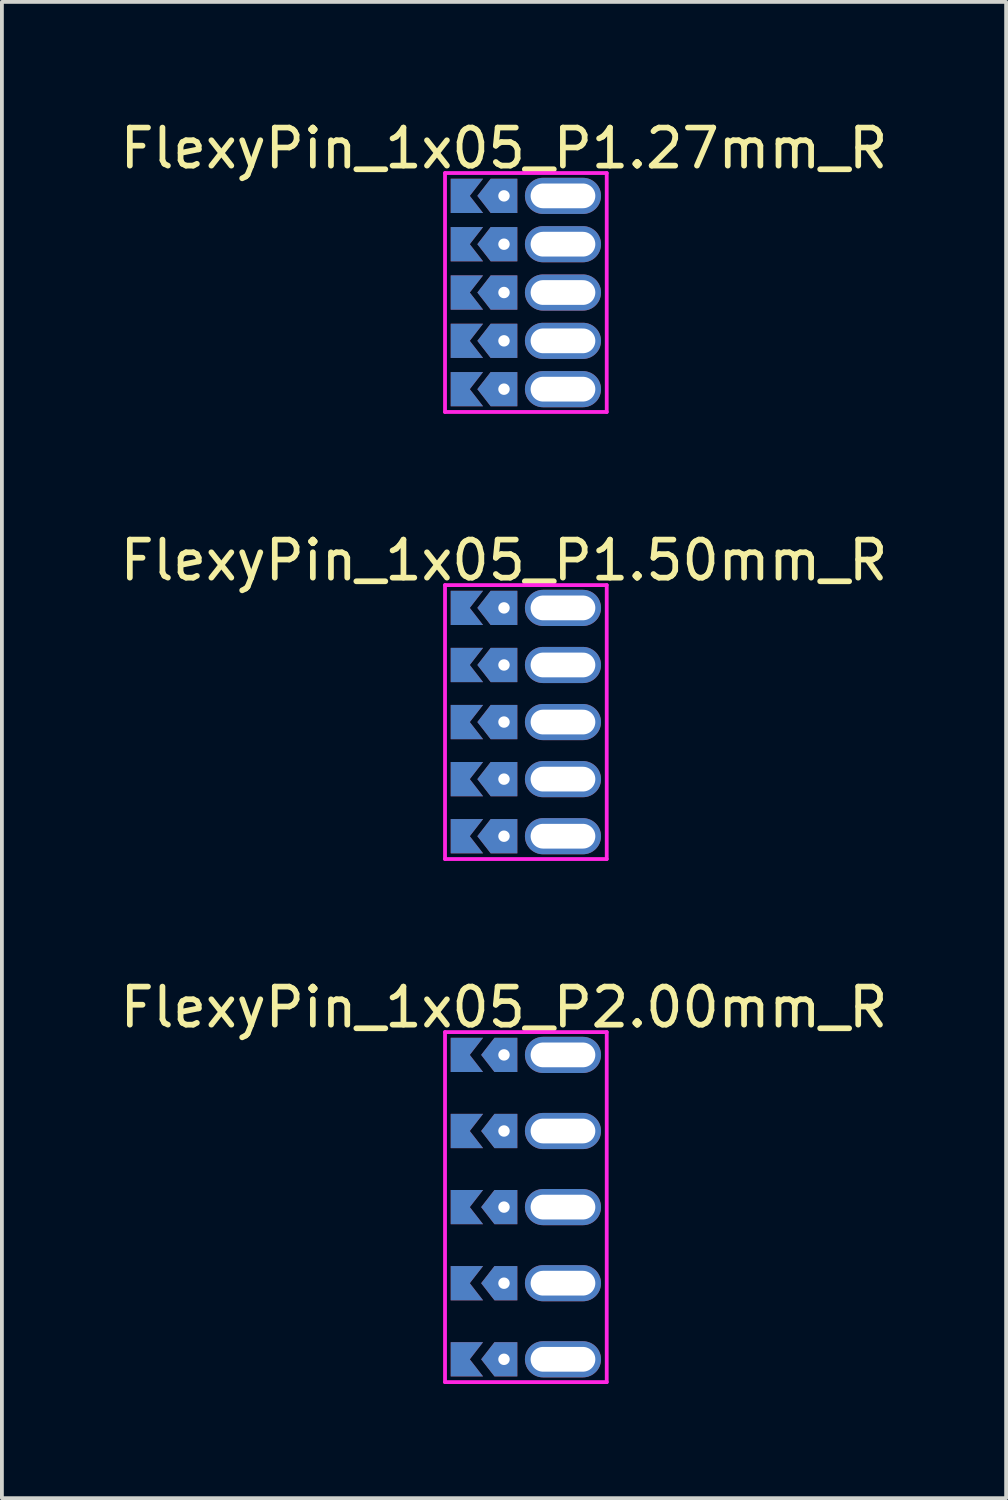
<source format=kicad_pcb>
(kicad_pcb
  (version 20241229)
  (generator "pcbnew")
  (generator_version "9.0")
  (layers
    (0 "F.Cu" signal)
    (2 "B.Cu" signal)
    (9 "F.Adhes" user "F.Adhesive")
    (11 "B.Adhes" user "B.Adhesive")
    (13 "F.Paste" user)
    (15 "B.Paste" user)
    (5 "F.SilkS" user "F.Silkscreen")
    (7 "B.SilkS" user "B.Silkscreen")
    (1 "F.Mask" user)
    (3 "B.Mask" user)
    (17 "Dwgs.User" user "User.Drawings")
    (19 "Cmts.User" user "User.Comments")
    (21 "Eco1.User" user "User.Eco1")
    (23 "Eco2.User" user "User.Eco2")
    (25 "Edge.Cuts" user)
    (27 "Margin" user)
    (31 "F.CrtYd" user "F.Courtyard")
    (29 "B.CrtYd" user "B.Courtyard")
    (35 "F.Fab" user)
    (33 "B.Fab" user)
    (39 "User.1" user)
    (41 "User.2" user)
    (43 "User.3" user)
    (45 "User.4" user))
  (footprint "FlexyPin_1x05_P2.00mm_R"
    (layer "F.Cu")
    (at 10.196 24.675)
    (property "Reference" "FlexyPin_1x05_P2.00mm_R" (at 0 -1.25 0) (layer "F.SilkS") (effects (font (size 1 1) (thickness 0.15))))
    (attr through_hole)
    (fp_line (start -1.55 -0.6) (end 2.7 -0.6) (stroke (width 0.1) (type solid)) (layer "F.CrtYd"))
    (fp_line (start -1.55 8.6) (end -1.55 -0.6) (stroke (width 0.1) (type solid)) (layer "F.CrtYd"))
    (fp_line (start 2.7 -0.6) (end 2.7 8.6) (stroke (width 0.1) (type solid)) (layer "F.CrtYd"))
    (fp_line (start 2.7 8.6) (end -1.55 8.6) (stroke (width 0.1) (type solid)) (layer "F.CrtYd"))
    (pad "" thru_hole custom (at 0 0) (size 0.3 0.3) (drill 0.6) (layers "*.Cu" "*.Mask") (options (anchor rect)) (primitives (gr_poly (pts (xy 0.35 0.45) (xy 0.35 -0.45) (xy -0.25 -0.45) (xy -0.6 0) (xy -0.25 0.45)) (width 0) (fill yes))))
    (pad "" thru_hole custom (at 0 2) (size 0.3 0.3) (drill 0.6) (layers "*.Cu" "*.Mask") (options (anchor rect)) (primitives (gr_poly (pts (xy 0.35 0.45) (xy 0.35 -0.45) (xy -0.25 -0.45) (xy -0.6 0) (xy -0.25 0.45)) (width 0) (fill yes))))
    (pad "" thru_hole custom (at 0 4) (size 0.3 0.3) (drill 0.6) (layers "*.Cu" "*.Mask") (options (anchor rect)) (primitives (gr_poly (pts (xy 0.35 0.45) (xy 0.35 -0.45) (xy -0.25 -0.45) (xy -0.6 0) (xy -0.25 0.45)) (width 0) (fill yes))))
    (pad "" thru_hole custom (at 0 6) (size 0.3 0.3) (drill 0.6) (layers "*.Cu" "*.Mask") (options (anchor rect)) (primitives (gr_poly (pts (xy 0.35 0.45) (xy 0.35 -0.45) (xy -0.25 -0.45) (xy -0.6 0) (xy -0.25 0.45)) (width 0) (fill yes))))
    (pad "" thru_hole custom (at 0 8) (size 0.3 0.3) (drill 0.6) (layers "*.Cu" "*.Mask") (options (anchor rect)) (primitives (gr_poly (pts (xy 0.35 0.45) (xy 0.35 -0.45) (xy -0.25 -0.45) (xy -0.6 0) (xy -0.25 0.45)) (width 0) (fill yes))))
    (pad "" thru_hole oval (at 1.55 0) (size 2 0.95) (drill oval 1.7 0.65) (layers "*.Cu" "*.Mask"))
    (pad "" thru_hole oval (at 1.55 2) (size 2 0.95) (drill oval 1.7 0.65) (layers "*.Cu" "*.Mask"))
    (pad "" thru_hole oval (at 1.55 4) (size 2 0.95) (drill oval 1.7 0.65) (layers "*.Cu" "*.Mask"))
    (pad "" thru_hole oval (at 1.55 6) (size 2 0.95) (drill oval 1.7 0.65) (layers "*.Cu" "*.Mask"))
    (pad "" thru_hole oval (at 1.55 8) (size 2 0.95) (drill oval 1.7 0.65) (layers "*.Cu" "*.Mask"))
    (pad "1" smd custom (at -0.9 0) (size 0.01 0.01) (layers "F.Cu" "F.Mask") (options (anchor rect)) (primitives (gr_poly (pts (xy 0 0) (xy 0.35 0.45) (xy -0.5 0.45) (xy -0.5 -0.45) (xy 0.35 -0.45)) (width 0) (fill yes))))
    (pad "2" smd custom (at -0.9 2) (size 0.01 0.01) (layers "F.Cu" "F.Mask") (options (anchor rect)) (primitives (gr_poly (pts (xy 0 0) (xy 0.35 0.45) (xy -0.5 0.45) (xy -0.5 -0.45) (xy 0.35 -0.45)) (width 0) (fill yes))))
    (pad "3" smd custom (at -0.9 4) (size 0.01 0.01) (layers "F.Cu" "F.Mask") (options (anchor rect)) (primitives (gr_poly (pts (xy 0 0) (xy 0.35 0.45) (xy -0.5 0.45) (xy -0.5 -0.45) (xy 0.35 -0.45)) (width 0) (fill yes))))
    (pad "4" smd custom (at -0.9 6) (size 0.01 0.01) (layers "F.Cu" "F.Mask") (options (anchor rect)) (primitives (gr_poly (pts (xy 0 0) (xy 0.35 0.45) (xy -0.5 0.45) (xy -0.5 -0.45) (xy 0.35 -0.45)) (width 0) (fill yes))))
    (pad "5" smd custom (at -0.9 8) (size 0.01 0.01) (layers "F.Cu" "F.Mask") (options (anchor rect)) (primitives (gr_poly (pts (xy 0 0) (xy 0.35 0.45) (xy -0.5 0.45) (xy -0.5 -0.45) (xy 0.35 -0.45)) (width 0) (fill yes))))
    (pad "6" smd custom (at -0.9 0) (size 0.01 0.01) (layers "B.Cu" "B.Mask") (options (anchor rect)) (primitives (gr_poly (pts (xy 0 0) (xy 0.35 0.45) (xy -0.5 0.45) (xy -0.5 -0.45) (xy 0.35 -0.45)) (width 0) (fill yes))))
    (pad "7" smd custom (at -0.9 2) (size 0.01 0.01) (layers "B.Cu" "B.Mask") (options (anchor rect)) (primitives (gr_poly (pts (xy 0 0) (xy 0.35 0.45) (xy -0.5 0.45) (xy -0.5 -0.45) (xy 0.35 -0.45)) (width 0) (fill yes))))
    (pad "8" smd custom (at -0.9 4) (size 0.01 0.01) (layers "B.Cu" "B.Mask") (options (anchor rect)) (primitives (gr_poly (pts (xy 0 0) (xy 0.35 0.45) (xy -0.5 0.45) (xy -0.5 -0.45) (xy 0.35 -0.45)) (width 0) (fill yes))))
    (pad "9" smd custom (at -0.9 6) (size 0.01 0.01) (layers "B.Cu" "B.Mask") (options (anchor rect)) (primitives (gr_poly (pts (xy 0 0) (xy 0.35 0.45) (xy -0.5 0.45) (xy -0.5 -0.45) (xy 0.35 -0.45)) (width 0) (fill yes))))
    (pad "10" smd custom (at -0.9 8) (size 0.01 0.01) (layers "B.Cu" "B.Mask") (options (anchor rect)) (primitives (gr_poly (pts (xy 0 0) (xy 0.35 0.45) (xy -0.5 0.45) (xy -0.5 -0.45) (xy 0.35 -0.45)) (width 0) (fill yes)))))
  (footprint "FlexyPin_1x05_P1.50mm_R"
    (layer "F.Cu")
    (at 10.196 12.927)
    (property "Reference" "FlexyPin_1x05_P1.50mm_R" (at 0 -1.25 0) (layer "F.SilkS") (effects (font (size 1 1) (thickness 0.15))))
    (attr through_hole)
    (fp_line (start -1.55 -0.6) (end 2.7 -0.6) (stroke (width 0.1) (type solid)) (layer "F.CrtYd"))
    (fp_line (start -1.55 6.6) (end -1.55 -0.6) (stroke (width 0.1) (type solid)) (layer "F.CrtYd"))
    (fp_line (start 2.7 -0.6) (end 2.7 6.6) (stroke (width 0.1) (type solid)) (layer "F.CrtYd"))
    (fp_line (start 2.7 6.6) (end -1.55 6.6) (stroke (width 0.1) (type solid)) (layer "F.CrtYd"))
    (pad "" thru_hole custom (at 0 0) (size 0.3 0.3) (drill 0.6) (layers "*.Cu" "*.Mask") (options (anchor rect)) (primitives (gr_poly (pts (xy 0.35 0.45) (xy 0.35 -0.45) (xy -0.35 -0.45) (xy -0.7 0) (xy -0.35 0.45)) (width 0) (fill yes))))
    (pad "" thru_hole custom (at 0 1.5) (size 0.3 0.3) (drill 0.6) (layers "*.Cu" "*.Mask") (options (anchor rect)) (primitives (gr_poly (pts (xy 0.35 0.45) (xy 0.35 -0.45) (xy -0.35 -0.45) (xy -0.7 0) (xy -0.35 0.45)) (width 0) (fill yes))))
    (pad "" thru_hole custom (at 0 3) (size 0.3 0.3) (drill 0.6) (layers "*.Cu" "*.Mask") (options (anchor rect)) (primitives (gr_poly (pts (xy 0.35 0.45) (xy 0.35 -0.45) (xy -0.35 -0.45) (xy -0.7 0) (xy -0.35 0.45)) (width 0) (fill yes))))
    (pad "" thru_hole custom (at 0 4.5) (size 0.3 0.3) (drill 0.6) (layers "*.Cu" "*.Mask") (options (anchor rect)) (primitives (gr_poly (pts (xy 0.35 0.45) (xy 0.35 -0.45) (xy -0.35 -0.45) (xy -0.7 0) (xy -0.35 0.45)) (width 0) (fill yes))))
    (pad "" thru_hole custom (at 0 6) (size 0.3 0.3) (drill 0.6) (layers "*.Cu" "*.Mask") (options (anchor rect)) (primitives (gr_poly (pts (xy 0.35 0.45) (xy 0.35 -0.45) (xy -0.35 -0.45) (xy -0.7 0) (xy -0.35 0.45)) (width 0) (fill yes))))
    (pad "" thru_hole oval (at 1.55 0) (size 2 0.95) (drill oval 1.7 0.65) (layers "*.Cu" "*.Mask"))
    (pad "" thru_hole oval (at 1.55 1.5) (size 2 0.95) (drill oval 1.7 0.65) (layers "*.Cu" "*.Mask"))
    (pad "" thru_hole oval (at 1.55 3) (size 2 0.95) (drill oval 1.7 0.65) (layers "*.Cu" "*.Mask"))
    (pad "" thru_hole oval (at 1.55 4.5) (size 2 0.95) (drill oval 1.7 0.65) (layers "*.Cu" "*.Mask"))
    (pad "" thru_hole oval (at 1.55 6) (size 2 0.95) (drill oval 1.7 0.65) (layers "*.Cu" "*.Mask"))
    (pad "1" smd custom (at -0.9 0) (size 0.01 0.01) (layers "F.Cu" "F.Mask") (options (anchor rect)) (primitives (gr_poly (pts (xy 0 0) (xy 0.35 0.45) (xy -0.5 0.45) (xy -0.5 -0.45) (xy 0.35 -0.45)) (width 0) (fill yes))))
    (pad "2" smd custom (at -0.9 1.5) (size 0.01 0.01) (layers "F.Cu" "F.Mask") (options (anchor rect)) (primitives (gr_poly (pts (xy 0 0) (xy 0.35 0.45) (xy -0.5 0.45) (xy -0.5 -0.45) (xy 0.35 -0.45)) (width 0) (fill yes))))
    (pad "3" smd custom (at -0.9 3) (size 0.01 0.01) (layers "F.Cu" "F.Mask") (options (anchor rect)) (primitives (gr_poly (pts (xy 0 0) (xy 0.35 0.45) (xy -0.5 0.45) (xy -0.5 -0.45) (xy 0.35 -0.45)) (width 0) (fill yes))))
    (pad "4" smd custom (at -0.9 4.5) (size 0.01 0.01) (layers "F.Cu" "F.Mask") (options (anchor rect)) (primitives (gr_poly (pts (xy 0 0) (xy 0.35 0.45) (xy -0.5 0.45) (xy -0.5 -0.45) (xy 0.35 -0.45)) (width 0) (fill yes))))
    (pad "5" smd custom (at -0.9 6) (size 0.01 0.01) (layers "F.Cu" "F.Mask") (options (anchor rect)) (primitives (gr_poly (pts (xy 0 0) (xy 0.35 0.45) (xy -0.5 0.45) (xy -0.5 -0.45) (xy 0.35 -0.45)) (width 0) (fill yes))))
    (pad "6" smd custom (at -0.9 0) (size 0.01 0.01) (layers "B.Cu" "B.Mask") (options (anchor rect)) (primitives (gr_poly (pts (xy 0 0) (xy 0.35 0.45) (xy -0.5 0.45) (xy -0.5 -0.45) (xy 0.35 -0.45)) (width 0) (fill yes))))
    (pad "7" smd custom (at -0.9 1.5) (size 0.01 0.01) (layers "B.Cu" "B.Mask") (options (anchor rect)) (primitives (gr_poly (pts (xy 0 0) (xy 0.35 0.45) (xy -0.5 0.45) (xy -0.5 -0.45) (xy 0.35 -0.45)) (width 0) (fill yes))))
    (pad "8" smd custom (at -0.9 3) (size 0.01 0.01) (layers "B.Cu" "B.Mask") (options (anchor rect)) (primitives (gr_poly (pts (xy 0 0) (xy 0.35 0.45) (xy -0.5 0.45) (xy -0.5 -0.45) (xy 0.35 -0.45)) (width 0) (fill yes))))
    (pad "9" smd custom (at -0.9 4.5) (size 0.01 0.01) (layers "B.Cu" "B.Mask") (options (anchor rect)) (primitives (gr_poly (pts (xy 0 0) (xy 0.35 0.45) (xy -0.5 0.45) (xy -0.5 -0.45) (xy 0.35 -0.45)) (width 0) (fill yes))))
    (pad "10" smd custom (at -0.9 6) (size 0.01 0.01) (layers "B.Cu" "B.Mask") (options (anchor rect)) (primitives (gr_poly (pts (xy 0 0) (xy 0.35 0.45) (xy -0.5 0.45) (xy -0.5 -0.45) (xy 0.35 -0.45)) (width 0) (fill yes)))))
  (footprint "FlexyPin_1x05_P1.27mm_R"
    (layer "F.Cu")
    (at 10.196 2.098)
    (property "Reference" "FlexyPin_1x05_P1.27mm_R" (at 0 -1.25 0) (layer "F.SilkS") (effects (font (size 1 1) (thickness 0.15))))
    (attr through_hole)
    (fp_line (start -1.55 -0.6) (end 2.7 -0.6) (stroke (width 0.1) (type solid)) (layer "F.CrtYd"))
    (fp_line (start -1.55 5.68) (end -1.55 -0.6) (stroke (width 0.1) (type solid)) (layer "F.CrtYd"))
    (fp_line (start 2.7 -0.6) (end 2.7 5.68) (stroke (width 0.1) (type solid)) (layer "F.CrtYd"))
    (fp_line (start 2.7 5.68) (end -1.55 5.68) (stroke (width 0.1) (type solid)) (layer "F.CrtYd"))
    (pad "" thru_hole custom (at 0 0) (size 0.3 0.3) (drill 0.6) (layers "*.Cu" "*.Mask") (options (anchor rect)) (primitives (gr_poly (pts (xy 0.35 0.45) (xy 0.35 -0.45) (xy -0.35 -0.45) (xy -0.7 0) (xy -0.35 0.45)) (width 0) (fill yes))))
    (pad "" thru_hole custom (at 0 1.27) (size 0.3 0.3) (drill 0.6) (layers "*.Cu" "*.Mask") (options (anchor rect)) (primitives (gr_poly (pts (xy 0.35 0.45) (xy 0.35 -0.45) (xy -0.35 -0.45) (xy -0.7 0) (xy -0.35 0.45)) (width 0) (fill yes))))
    (pad "" thru_hole custom (at 0 2.54) (size 0.3 0.3) (drill 0.6) (layers "*.Cu" "*.Mask") (options (anchor rect)) (primitives (gr_poly (pts (xy 0.35 0.45) (xy 0.35 -0.45) (xy -0.35 -0.45) (xy -0.7 0) (xy -0.35 0.45)) (width 0) (fill yes))))
    (pad "" thru_hole custom (at 0 3.81) (size 0.3 0.3) (drill 0.6) (layers "*.Cu" "*.Mask") (options (anchor rect)) (primitives (gr_poly (pts (xy 0.35 0.45) (xy 0.35 -0.45) (xy -0.35 -0.45) (xy -0.7 0) (xy -0.35 0.45)) (width 0) (fill yes))))
    (pad "" thru_hole custom (at 0 5.08) (size 0.3 0.3) (drill 0.6) (layers "*.Cu" "*.Mask") (options (anchor rect)) (primitives (gr_poly (pts (xy 0.35 0.45) (xy 0.35 -0.45) (xy -0.35 -0.45) (xy -0.7 0) (xy -0.35 0.45)) (width 0) (fill yes))))
    (pad "" thru_hole oval (at 1.55 0) (size 2 0.95) (drill oval 1.7 0.65) (layers "*.Cu" "*.Mask"))
    (pad "" thru_hole oval (at 1.55 1.27) (size 2 0.95) (drill oval 1.7 0.65) (layers "*.Cu" "*.Mask"))
    (pad "" thru_hole oval (at 1.55 2.54) (size 2 0.95) (drill oval 1.7 0.65) (layers "*.Cu" "*.Mask"))
    (pad "" thru_hole oval (at 1.55 3.81) (size 2 0.95) (drill oval 1.7 0.65) (layers "*.Cu" "*.Mask"))
    (pad "" thru_hole oval (at 1.55 5.08) (size 2 0.95) (drill oval 1.7 0.65) (layers "*.Cu" "*.Mask"))
    (pad "1" smd custom (at -0.9 0) (size 0.01 0.01) (layers "F.Cu" "F.Mask") (options (anchor rect)) (primitives (gr_poly (pts (xy 0 0) (xy 0.35 0.45) (xy -0.5 0.45) (xy -0.5 -0.45) (xy 0.35 -0.45)) (width 0) (fill yes))))
    (pad "1" smd custom (at -0.9 1.27) (size 0.01 0.01) (layers "F.Cu" "F.Mask") (options (anchor rect)) (primitives (gr_poly (pts (xy 0 0) (xy 0.35 0.45) (xy -0.5 0.45) (xy -0.5 -0.45) (xy 0.35 -0.45)) (width 0) (fill yes))))
    (pad "1" smd custom (at -0.9 2.54) (size 0.01 0.01) (layers "F.Cu" "F.Mask") (options (anchor rect)) (primitives (gr_poly (pts (xy 0 0) (xy 0.35 0.45) (xy -0.5 0.45) (xy -0.5 -0.45) (xy 0.35 -0.45)) (width 0) (fill yes))))
    (pad "1" smd custom (at -0.9 3.81) (size 0.01 0.01) (layers "F.Cu" "F.Mask") (options (anchor rect)) (primitives (gr_poly (pts (xy 0 0) (xy 0.35 0.45) (xy -0.5 0.45) (xy -0.5 -0.45) (xy 0.35 -0.45)) (width 0) (fill yes))))
    (pad "1" smd custom (at -0.9 5.08) (size 0.01 0.01) (layers "F.Cu" "F.Mask") (options (anchor rect)) (primitives (gr_poly (pts (xy 0 0) (xy 0.35 0.45) (xy -0.5 0.45) (xy -0.5 -0.45) (xy 0.35 -0.45)) (width 0) (fill yes))))
    (pad "2" smd custom (at -0.9 0) (size 0.01 0.01) (layers "B.Cu" "B.Mask") (options (anchor rect)) (primitives (gr_poly (pts (xy 0 0) (xy 0.35 0.45) (xy -0.5 0.45) (xy -0.5 -0.45) (xy 0.35 -0.45)) (width 0) (fill yes))))
    (pad "2" smd custom (at -0.9 1.27) (size 0.01 0.01) (layers "B.Cu" "B.Mask") (options (anchor rect)) (primitives (gr_poly (pts (xy 0 0) (xy 0.35 0.45) (xy -0.5 0.45) (xy -0.5 -0.45) (xy 0.35 -0.45)) (width 0) (fill yes))))
    (pad "2" smd custom (at -0.9 2.54) (size 0.01 0.01) (layers "B.Cu" "B.Mask") (options (anchor rect)) (primitives (gr_poly (pts (xy 0 0) (xy 0.35 0.45) (xy -0.5 0.45) (xy -0.5 -0.45) (xy 0.35 -0.45)) (width 0) (fill yes))))
    (pad "2" smd custom (at -0.9 3.81) (size 0.01 0.01) (layers "B.Cu" "B.Mask") (options (anchor rect)) (primitives (gr_poly (pts (xy 0 0) (xy 0.35 0.45) (xy -0.5 0.45) (xy -0.5 -0.45) (xy 0.35 -0.45)) (width 0) (fill yes))))
    (pad "2" smd custom (at -0.9 5.08) (size 0.01 0.01) (layers "B.Cu" "B.Mask") (options (anchor rect)) (primitives (gr_poly (pts (xy 0 0) (xy 0.35 0.45) (xy -0.5 0.45) (xy -0.5 -0.45) (xy 0.35 -0.45)) (width 0) (fill yes)))))
  (gr_rect
    (start -3 -3)
    (end 23.393 36.325)
    (stroke (width 0.1) (type default))
    (fill no)
    (layer "Edge.Cuts")))
</source>
